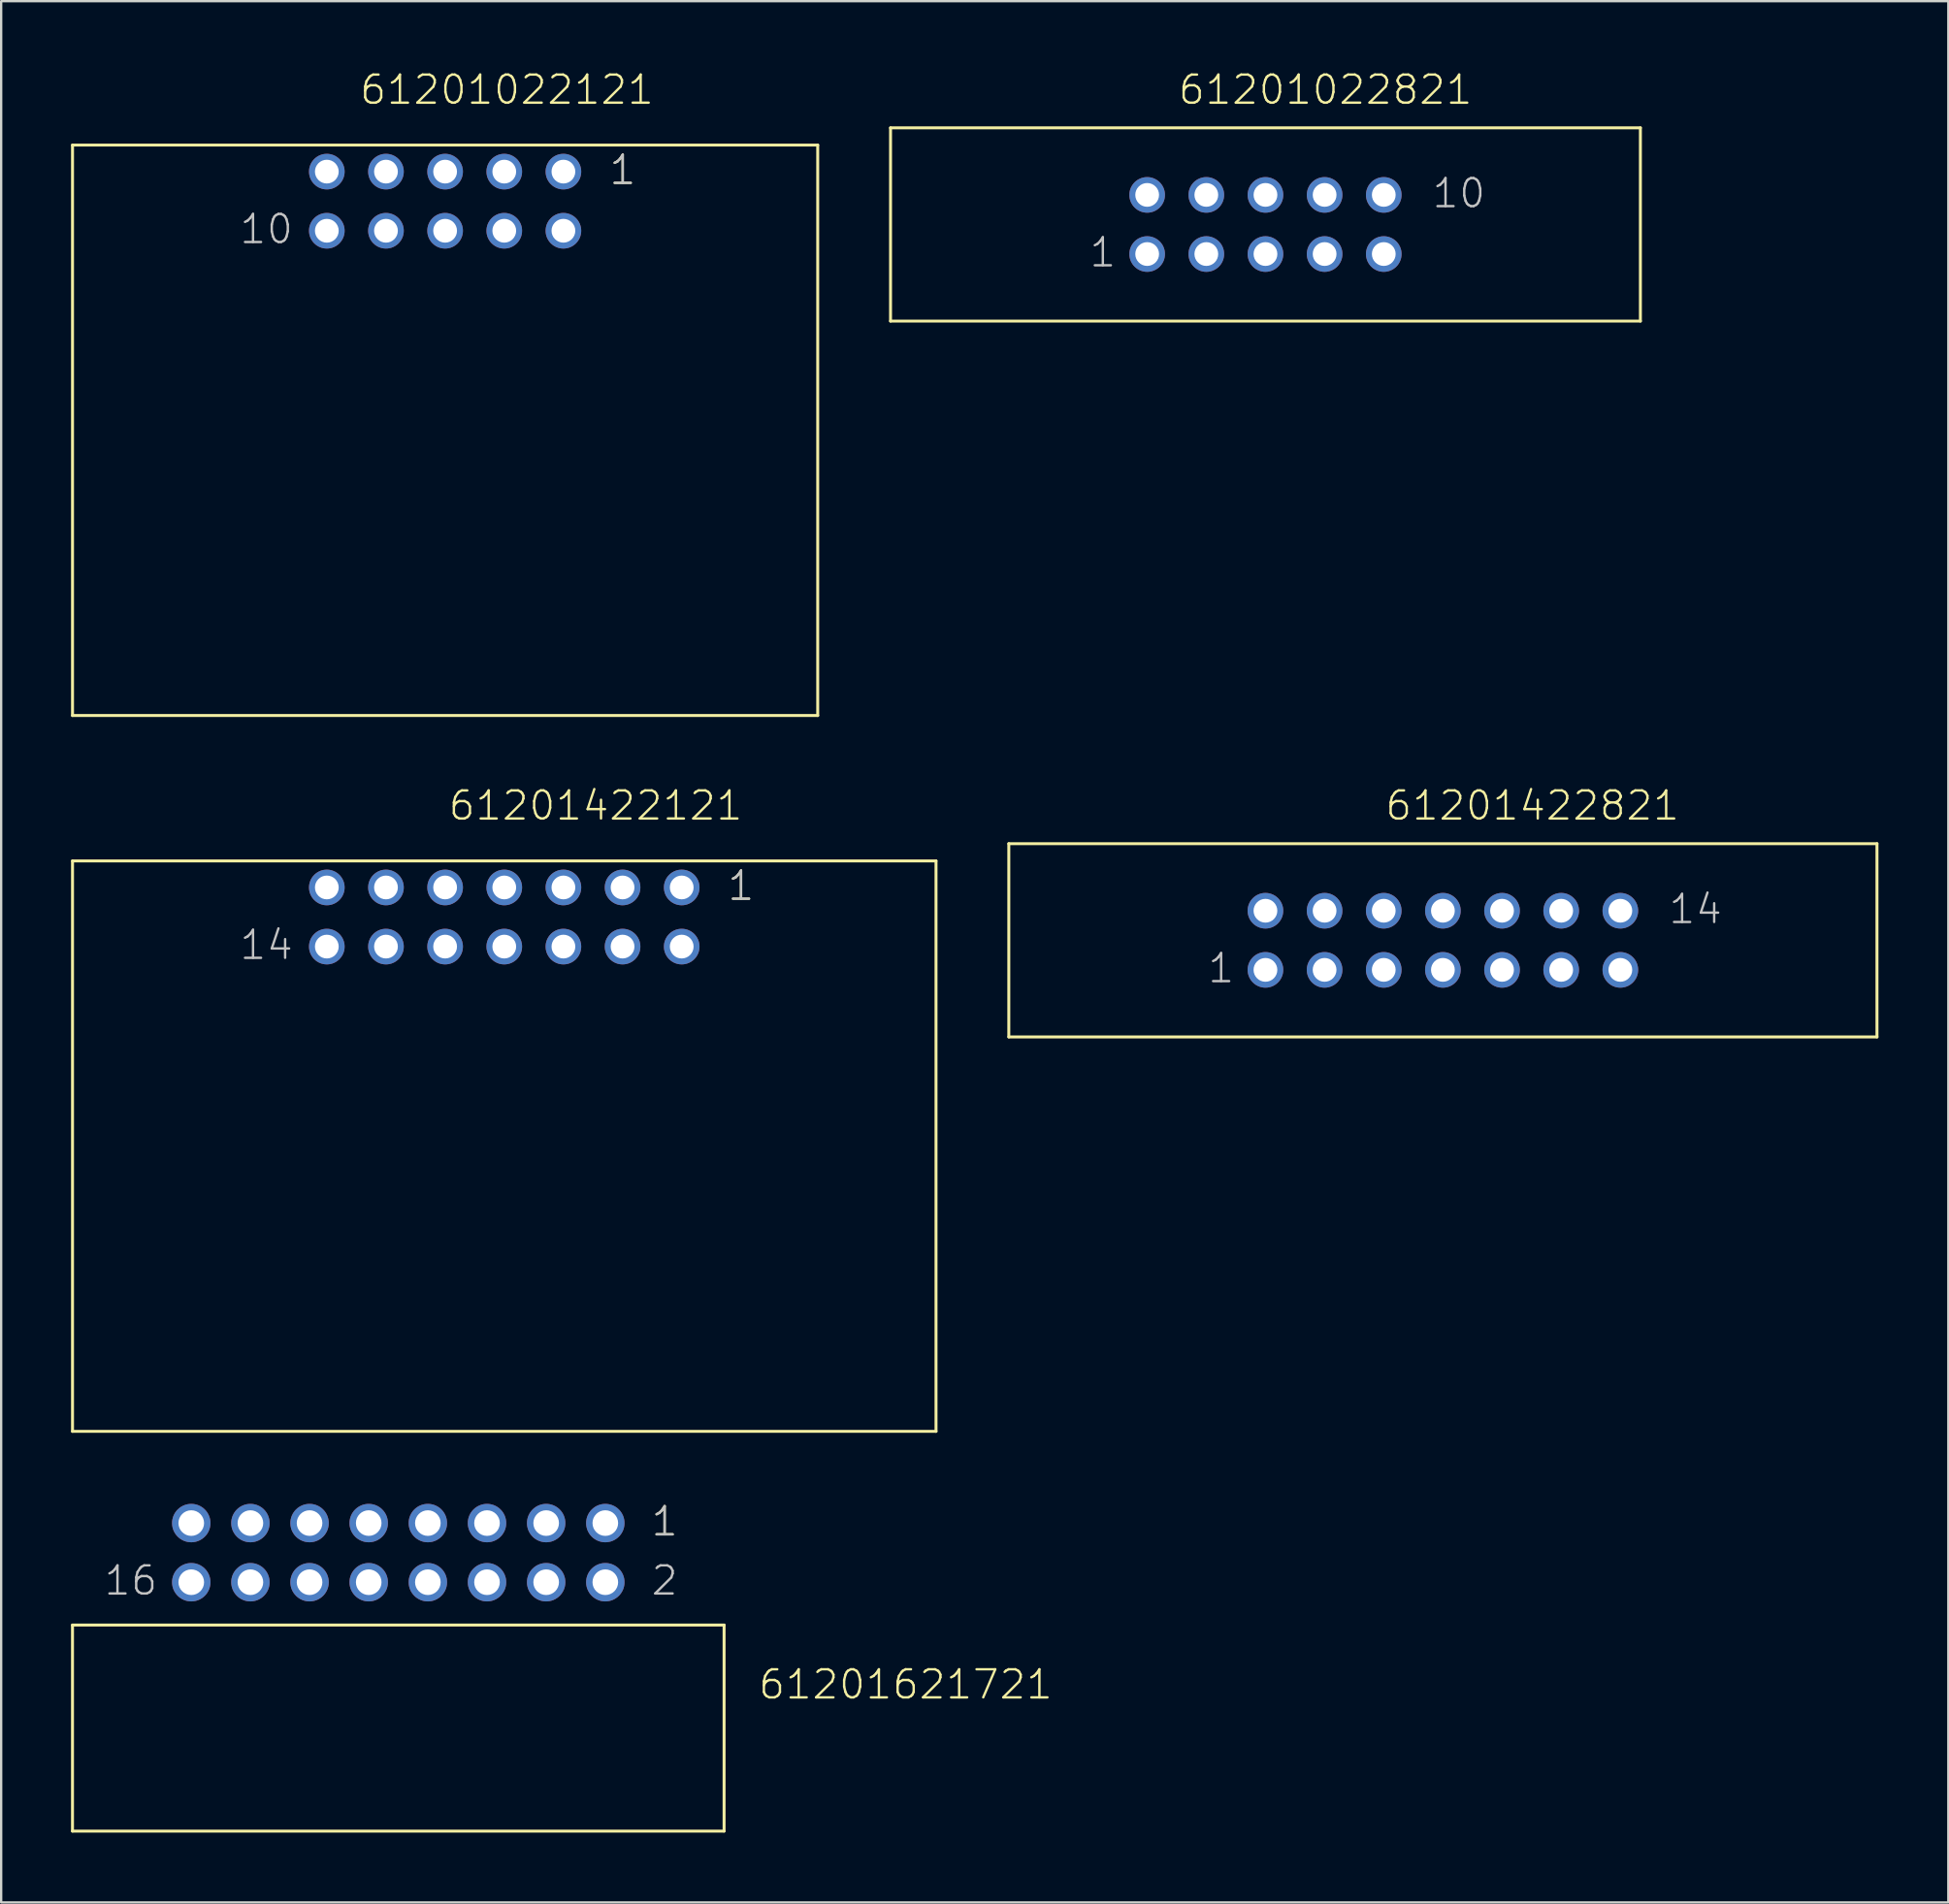
<source format=kicad_pcb>
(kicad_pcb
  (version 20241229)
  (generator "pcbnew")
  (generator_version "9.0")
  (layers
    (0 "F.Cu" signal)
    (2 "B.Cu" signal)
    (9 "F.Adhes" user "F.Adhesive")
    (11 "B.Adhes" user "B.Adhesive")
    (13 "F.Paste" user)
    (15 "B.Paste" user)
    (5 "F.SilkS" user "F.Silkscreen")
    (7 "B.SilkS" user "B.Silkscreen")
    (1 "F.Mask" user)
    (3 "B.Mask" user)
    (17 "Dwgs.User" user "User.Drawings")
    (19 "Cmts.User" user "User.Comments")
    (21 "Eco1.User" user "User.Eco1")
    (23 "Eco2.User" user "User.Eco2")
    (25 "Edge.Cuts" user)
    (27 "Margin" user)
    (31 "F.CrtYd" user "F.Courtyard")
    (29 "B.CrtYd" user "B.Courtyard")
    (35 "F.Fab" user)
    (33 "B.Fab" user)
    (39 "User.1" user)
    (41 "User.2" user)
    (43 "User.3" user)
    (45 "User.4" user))
  (footprint "61201422121"
    (layer "F.Cu")
    (at 18.604 36.336)
    (property "Reference" "61201422121" (at -2.46 -4.08 0) (layer "F.SilkS") (effects (font (size 1.206 1.206) (thickness 0.102)) (justify left bottom)))
    (attr through_hole)
    (fp_line (start -18.54 -2.41) (end -18.54 22.09) (stroke (width 0.127) (type solid)) (layer "F.SilkS"))
    (fp_line (start -18.54 -2.41) (end 18.54 -2.41) (stroke (width 0.127) (type solid)) (layer "F.SilkS"))
    (fp_line (start -18.54 22.09) (end 18.54 22.09) (stroke (width 0.127) (type solid)) (layer "F.SilkS"))
    (fp_line (start 18.54 -2.41) (end 18.54 22.09) (stroke (width 0.127) (type solid)) (layer "F.SilkS"))
    (fp_text user "1" (at 9.525 -0.635 0) (layer "F.SilkS") (effects (font (size 1.206 1.206) (thickness 0.102)) (justify left bottom)))
    (fp_text user "14" (at -11.43 1.905 0) (layer "Dwgs.User") (effects (font (size 1.206 1.206) (thickness 0.102)) (justify left bottom)))
    (fp_text user "1" (at 9.525 -0.635 0) (layer "Dwgs.User") (effects (font (size 1.206 1.206) (thickness 0.102)) (justify left bottom)))
    (pad "1" thru_hole circle (at 7.62 -1.27) (size 1.53 1.53) (drill 1.02) (layers "*.Cu" "*.Mask"))
    (pad "2" thru_hole circle (at 7.62 1.27) (size 1.53 1.53) (drill 1.02) (layers "*.Cu" "*.Mask"))
    (pad "3" thru_hole circle (at 5.08 -1.27) (size 1.53 1.53) (drill 1.02) (layers "*.Cu" "*.Mask"))
    (pad "4" thru_hole circle (at 5.08 1.27) (size 1.53 1.53) (drill 1.02) (layers "*.Cu" "*.Mask"))
    (pad "5" thru_hole circle (at 2.54 -1.27) (size 1.53 1.53) (drill 1.02) (layers "*.Cu" "*.Mask"))
    (pad "6" thru_hole circle (at 2.54 1.27) (size 1.53 1.53) (drill 1.02) (layers "*.Cu" "*.Mask"))
    (pad "7" thru_hole circle (at 0 -1.27) (size 1.53 1.53) (drill 1.02) (layers "*.Cu" "*.Mask"))
    (pad "8" thru_hole circle (at 0 1.27) (size 1.53 1.53) (drill 1.02) (layers "*.Cu" "*.Mask"))
    (pad "9" thru_hole circle (at -2.54 -1.27) (size 1.53 1.53) (drill 1.02) (layers "*.Cu" "*.Mask"))
    (pad "10" thru_hole circle (at -2.54 1.27) (size 1.53 1.53) (drill 1.02) (layers "*.Cu" "*.Mask"))
    (pad "11" thru_hole circle (at -5.08 -1.27) (size 1.53 1.53) (drill 1.02) (layers "*.Cu" "*.Mask"))
    (pad "12" thru_hole circle (at -5.08 1.27) (size 1.53 1.53) (drill 1.02) (layers "*.Cu" "*.Mask"))
    (pad "13" thru_hole circle (at -7.62 -1.27) (size 1.53 1.53) (drill 1.02) (layers "*.Cu" "*.Mask"))
    (pad "14" thru_hole circle (at -7.62 1.27) (size 1.53 1.53) (drill 1.02) (layers "*.Cu" "*.Mask")))
  (footprint "61201022121"
    (layer "F.Cu")
    (at 16.064 5.591)
    (property "Reference" "61201022121" (at -3.73 -4.08 0) (layer "F.SilkS") (effects (font (size 1.206 1.206) (thickness 0.102)) (justify left bottom)))
    (attr through_hole)
    (fp_line (start -16 -2.41) (end -16 22.09) (stroke (width 0.127) (type solid)) (layer "F.SilkS"))
    (fp_line (start -16 -2.41) (end 16 -2.41) (stroke (width 0.127) (type solid)) (layer "F.SilkS"))
    (fp_line (start -16 22.09) (end 16 22.09) (stroke (width 0.127) (type solid)) (layer "F.SilkS"))
    (fp_line (start 16 -2.41) (end 16 22.09) (stroke (width 0.127) (type solid)) (layer "F.SilkS"))
    (fp_text user "1" (at 6.985 -0.635 0) (layer "F.SilkS") (effects (font (size 1.206 1.206) (thickness 0.102)) (justify left bottom)))
    (fp_text user "1" (at 6.985 -0.635 0) (layer "Dwgs.User") (effects (font (size 1.206 1.206) (thickness 0.102)) (justify left bottom)))
    (fp_text user "10" (at -8.89 1.905 0) (layer "Dwgs.User") (effects (font (size 1.206 1.206) (thickness 0.102)) (justify left bottom)))
    (pad "1" thru_hole circle (at 5.08 -1.27) (size 1.53 1.53) (drill 1.02) (layers "*.Cu" "*.Mask"))
    (pad "2" thru_hole circle (at 5.08 1.27) (size 1.53 1.53) (drill 1.02) (layers "*.Cu" "*.Mask"))
    (pad "3" thru_hole circle (at 2.54 -1.27) (size 1.53 1.53) (drill 1.02) (layers "*.Cu" "*.Mask"))
    (pad "4" thru_hole circle (at 2.54 1.27) (size 1.53 1.53) (drill 1.02) (layers "*.Cu" "*.Mask"))
    (pad "5" thru_hole circle (at 0 -1.27) (size 1.53 1.53) (drill 1.02) (layers "*.Cu" "*.Mask"))
    (pad "6" thru_hole circle (at 0 1.27) (size 1.53 1.53) (drill 1.02) (layers "*.Cu" "*.Mask"))
    (pad "7" thru_hole circle (at -2.54 -1.27) (size 1.53 1.53) (drill 1.02) (layers "*.Cu" "*.Mask"))
    (pad "8" thru_hole circle (at -2.54 1.27) (size 1.53 1.53) (drill 1.02) (layers "*.Cu" "*.Mask"))
    (pad "9" thru_hole circle (at -5.08 -1.27) (size 1.53 1.53) (drill 1.02) (layers "*.Cu" "*.Mask"))
    (pad "10" thru_hole circle (at -5.08 1.27) (size 1.53 1.53) (drill 1.02) (layers "*.Cu" "*.Mask")))
  (footprint "61201022821"
    (layer "F.Cu")
    (at 51.291 6.591)
    (property "Reference" "61201022821" (at -3.81 -5.08 0) (layer "F.SilkS") (effects (font (size 1.206 1.206) (thickness 0.102)) (justify left bottom)))
    (attr through_hole)
    (fp_line (start -16.1 -4.15) (end 16.1 -4.15) (stroke (width 0.127) (type solid)) (layer "F.SilkS"))
    (fp_line (start -16.1 4.15) (end -16.1 -4.15) (stroke (width 0.127) (type solid)) (layer "F.SilkS"))
    (fp_line (start 16.1 -4.15) (end 16.1 4.15) (stroke (width 0.127) (type solid)) (layer "F.SilkS"))
    (fp_line (start 16.1 4.15) (end -16.1 4.15) (stroke (width 0.127) (type solid)) (layer "F.SilkS"))
    (fp_text user "1" (at -7.625 1.905 0) (layer "Dwgs.User") (effects (font (size 1.206 1.206) (thickness 0.102)) (justify left bottom)))
    (fp_text user "10" (at 7.09 -0.635 0) (layer "Dwgs.User") (effects (font (size 1.206 1.206) (thickness 0.102)) (justify left bottom)))
    (pad "1" thru_hole circle (at -5.08 1.27 180) (size 1.53 1.53) (drill 1.02) (layers "*.Cu" "*.Mask"))
    (pad "2" thru_hole circle (at -5.08 -1.27 180) (size 1.53 1.53) (drill 1.02) (layers "*.Cu" "*.Mask"))
    (pad "3" thru_hole circle (at -2.54 1.27 180) (size 1.53 1.53) (drill 1.02) (layers "*.Cu" "*.Mask"))
    (pad "4" thru_hole circle (at -2.54 -1.27 180) (size 1.53 1.53) (drill 1.02) (layers "*.Cu" "*.Mask"))
    (pad "5" thru_hole circle (at 0 1.27 180) (size 1.53 1.53) (drill 1.02) (layers "*.Cu" "*.Mask"))
    (pad "6" thru_hole circle (at 0 -1.27 180) (size 1.53 1.53) (drill 1.02) (layers "*.Cu" "*.Mask"))
    (pad "7" thru_hole circle (at 2.54 1.27 180) (size 1.53 1.53) (drill 1.02) (layers "*.Cu" "*.Mask"))
    (pad "8" thru_hole circle (at 2.54 -1.27 180) (size 1.53 1.53) (drill 1.02) (layers "*.Cu" "*.Mask"))
    (pad "9" thru_hole circle (at 5.08 1.27 180) (size 1.53 1.53) (drill 1.02) (layers "*.Cu" "*.Mask"))
    (pad "10" thru_hole circle (at 5.08 -1.27 180) (size 1.53 1.53) (drill 1.02) (layers "*.Cu" "*.Mask")))
  (footprint "61201621721"
    (layer "F.Cu")
    (at 14.053 63.636)
    (property "Reference" "61201621721" (at 15.403 6.368 0) (layer "F.SilkS") (effects (font (size 1.206 1.206) (thickness 0.102)) (justify left bottom)))
    (attr through_hole)
    (fp_line (start -13.99 3.11) (end 13.99 3.11) (stroke (width 0.127) (type solid)) (layer "F.SilkS"))
    (fp_line (start -13.99 11.96) (end -13.99 3.11) (stroke (width 0.127) (type solid)) (layer "F.SilkS"))
    (fp_line (start 13.99 3.11) (end 13.99 11.96) (stroke (width 0.127) (type solid)) (layer "F.SilkS"))
    (fp_line (start 13.99 11.96) (end -13.99 11.96) (stroke (width 0.127) (type solid)) (layer "F.SilkS"))
    (fp_text user "1" (at 10.795 -0.635 0) (layer "F.SilkS") (effects (font (size 1.206 1.206) (thickness 0.102)) (justify left bottom)))
    (fp_text user "16" (at -12.7 1.905 0) (layer "Dwgs.User") (effects (font (size 1.206 1.206) (thickness 0.102)) (justify left bottom)))
    (fp_text user "1" (at 10.795 -0.635 0) (layer "Dwgs.User") (effects (font (size 1.206 1.206) (thickness 0.102)) (justify left bottom)))
    (fp_text user "2" (at 10.795 1.905 0) (layer "Dwgs.User") (effects (font (size 1.206 1.206) (thickness 0.102)) (justify left bottom)))
    (pad "1" thru_hole circle (at 8.89 -1.27) (size 1.65 1.65) (drill 1.1) (layers "*.Cu" "*.Mask"))
    (pad "2" thru_hole circle (at 8.89 1.27) (size 1.65 1.65) (drill 1.1) (layers "*.Cu" "*.Mask"))
    (pad "3" thru_hole circle (at 6.35 -1.27) (size 1.65 1.65) (drill 1.1) (layers "*.Cu" "*.Mask"))
    (pad "4" thru_hole circle (at 6.35 1.27) (size 1.65 1.65) (drill 1.1) (layers "*.Cu" "*.Mask"))
    (pad "5" thru_hole circle (at 3.81 -1.27) (size 1.65 1.65) (drill 1.1) (layers "*.Cu" "*.Mask"))
    (pad "6" thru_hole circle (at 3.81 1.27) (size 1.65 1.65) (drill 1.1) (layers "*.Cu" "*.Mask"))
    (pad "7" thru_hole circle (at 1.27 -1.27) (size 1.65 1.65) (drill 1.1) (layers "*.Cu" "*.Mask"))
    (pad "8" thru_hole circle (at 1.27 1.27) (size 1.65 1.65) (drill 1.1) (layers "*.Cu" "*.Mask"))
    (pad "9" thru_hole circle (at -1.27 -1.27) (size 1.65 1.65) (drill 1.1) (layers "*.Cu" "*.Mask"))
    (pad "10" thru_hole circle (at -1.27 1.27) (size 1.65 1.65) (drill 1.1) (layers "*.Cu" "*.Mask"))
    (pad "11" thru_hole circle (at -3.81 -1.27) (size 1.65 1.65) (drill 1.1) (layers "*.Cu" "*.Mask"))
    (pad "12" thru_hole circle (at -3.81 1.27) (size 1.65 1.65) (drill 1.1) (layers "*.Cu" "*.Mask"))
    (pad "13" thru_hole circle (at -6.35 -1.27) (size 1.65 1.65) (drill 1.1) (layers "*.Cu" "*.Mask"))
    (pad "14" thru_hole circle (at -6.35 1.27) (size 1.65 1.65) (drill 1.1) (layers "*.Cu" "*.Mask"))
    (pad "15" thru_hole circle (at -8.89 -1.27) (size 1.65 1.65) (drill 1.1) (layers "*.Cu" "*.Mask"))
    (pad "16" thru_hole circle (at -8.89 1.27) (size 1.65 1.65) (drill 1.1) (layers "*.Cu" "*.Mask")))
  (footprint "61201422821"
    (layer "F.Cu")
    (at 58.91 37.336)
    (property "Reference" "61201422821" (at -2.54 -5.08 0) (layer "F.SilkS") (effects (font (size 1.206 1.206) (thickness 0.102)) (justify left bottom)))
    (attr through_hole)
    (fp_line (start -18.64 -4.15) (end 18.64 -4.15) (stroke (width 0.127) (type solid)) (layer "F.SilkS"))
    (fp_line (start -18.64 4.15) (end -18.64 -4.15) (stroke (width 0.127) (type solid)) (layer "F.SilkS"))
    (fp_line (start 18.64 -4.15) (end 18.64 4.15) (stroke (width 0.127) (type solid)) (layer "F.SilkS"))
    (fp_line (start 18.64 4.15) (end -18.64 4.15) (stroke (width 0.127) (type solid)) (layer "F.SilkS"))
    (fp_text user "1" (at -10.165 1.905 0) (layer "Dwgs.User") (effects (font (size 1.206 1.206) (thickness 0.102)) (justify left bottom)))
    (fp_text user "14" (at 9.63 -0.635 0) (layer "Dwgs.User") (effects (font (size 1.206 1.206) (thickness 0.102)) (justify left bottom)))
    (pad "1" thru_hole circle (at -7.62 1.27 180) (size 1.53 1.53) (drill 1.02) (layers "*.Cu" "*.Mask"))
    (pad "2" thru_hole circle (at -7.62 -1.27 180) (size 1.53 1.53) (drill 1.02) (layers "*.Cu" "*.Mask"))
    (pad "3" thru_hole circle (at -5.08 1.27 180) (size 1.53 1.53) (drill 1.02) (layers "*.Cu" "*.Mask"))
    (pad "4" thru_hole circle (at -5.08 -1.27 180) (size 1.53 1.53) (drill 1.02) (layers "*.Cu" "*.Mask"))
    (pad "5" thru_hole circle (at -2.54 1.27 180) (size 1.53 1.53) (drill 1.02) (layers "*.Cu" "*.Mask"))
    (pad "6" thru_hole circle (at -2.54 -1.27 180) (size 1.53 1.53) (drill 1.02) (layers "*.Cu" "*.Mask"))
    (pad "7" thru_hole circle (at 0 1.27 180) (size 1.53 1.53) (drill 1.02) (layers "*.Cu" "*.Mask"))
    (pad "8" thru_hole circle (at 0 -1.27 180) (size 1.53 1.53) (drill 1.02) (layers "*.Cu" "*.Mask"))
    (pad "9" thru_hole circle (at 2.54 1.27 180) (size 1.53 1.53) (drill 1.02) (layers "*.Cu" "*.Mask"))
    (pad "10" thru_hole circle (at 2.54 -1.27 180) (size 1.53 1.53) (drill 1.02) (layers "*.Cu" "*.Mask"))
    (pad "11" thru_hole circle (at 5.08 1.27 180) (size 1.53 1.53) (drill 1.02) (layers "*.Cu" "*.Mask"))
    (pad "12" thru_hole circle (at 5.08 -1.27 180) (size 1.53 1.53) (drill 1.02) (layers "*.Cu" "*.Mask"))
    (pad "13" thru_hole circle (at 7.62 1.27 180) (size 1.53 1.53) (drill 1.02) (layers "*.Cu" "*.Mask"))
    (pad "14" thru_hole circle (at 7.62 -1.27 180) (size 1.53 1.53) (drill 1.02) (layers "*.Cu" "*.Mask")))
  (gr_rect
    (start -3 -3)
    (end 80.614 78.659)
    (stroke (width 0.1) (type default))
    (fill no)
    (layer "Edge.Cuts")))
</source>
